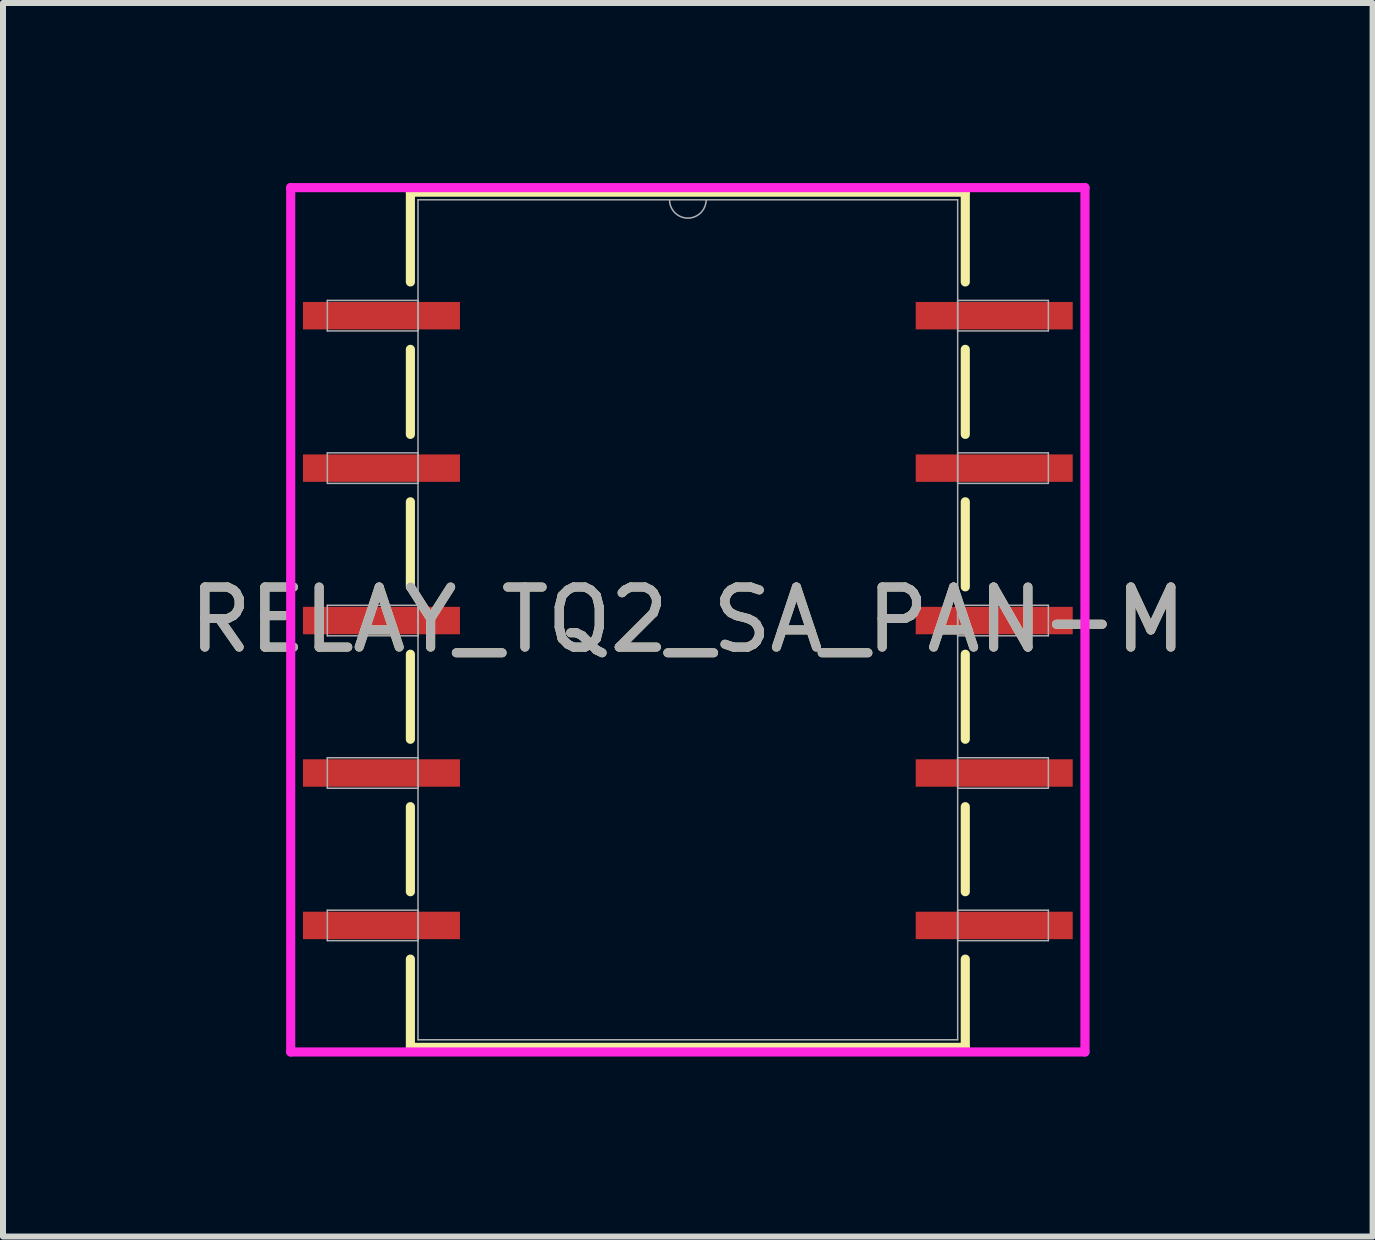
<source format=kicad_pcb>
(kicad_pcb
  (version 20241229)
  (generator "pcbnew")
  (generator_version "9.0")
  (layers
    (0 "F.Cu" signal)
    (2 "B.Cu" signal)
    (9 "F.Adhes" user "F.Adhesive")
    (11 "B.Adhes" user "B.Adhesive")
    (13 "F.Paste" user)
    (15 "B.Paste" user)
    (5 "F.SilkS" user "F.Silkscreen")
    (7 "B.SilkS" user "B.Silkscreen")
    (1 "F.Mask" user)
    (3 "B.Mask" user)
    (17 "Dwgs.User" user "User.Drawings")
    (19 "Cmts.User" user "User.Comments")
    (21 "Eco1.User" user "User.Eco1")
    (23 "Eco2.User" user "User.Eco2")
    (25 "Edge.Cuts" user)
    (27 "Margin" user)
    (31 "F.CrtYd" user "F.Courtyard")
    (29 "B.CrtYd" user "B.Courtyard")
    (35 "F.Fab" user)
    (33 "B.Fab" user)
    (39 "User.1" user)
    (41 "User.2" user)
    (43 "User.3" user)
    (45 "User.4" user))
  (footprint "RELAY_TQ2_SA_PAN-M"
    (layer "F.Cu")
    (at 8.411 7.277)
    (property "Reference" "RELAY_TQ2_SA_PAN-M" (at 0 0 0) (unlocked yes) (layer "F.SilkS") (effects (font (size 1 1) (thickness 0.15))))
    (attr smd)
    (fp_line (start -4.623 -7.125) (end -4.623 -5.629) (stroke (width 0.152) (type solid)) (layer "F.SilkS"))
    (fp_line (start -4.623 -4.506) (end -4.623 -3.089) (stroke (width 0.152) (type solid)) (layer "F.SilkS"))
    (fp_line (start -4.623 -1.966) (end -4.623 -0.549) (stroke (width 0.152) (type solid)) (layer "F.SilkS"))
    (fp_line (start -4.623 0.574) (end -4.623 1.991) (stroke (width 0.152) (type solid)) (layer "F.SilkS"))
    (fp_line (start -4.623 3.114) (end -4.623 4.531) (stroke (width 0.152) (type solid)) (layer "F.SilkS"))
    (fp_line (start -4.623 5.654) (end -4.623 7.125) (stroke (width 0.152) (type solid)) (layer "F.SilkS"))
    (fp_line (start -4.623 7.125) (end 4.623 7.125) (stroke (width 0.152) (type solid)) (layer "F.SilkS"))
    (fp_line (start 4.623 -7.125) (end -4.623 -7.125) (stroke (width 0.152) (type solid)) (layer "F.SilkS"))
    (fp_line (start 4.623 -5.629) (end 4.623 -7.125) (stroke (width 0.152) (type solid)) (layer "F.SilkS"))
    (fp_line (start 4.623 -3.089) (end 4.623 -4.506) (stroke (width 0.152) (type solid)) (layer "F.SilkS"))
    (fp_line (start 4.623 -0.549) (end 4.623 -1.966) (stroke (width 0.152) (type solid)) (layer "F.SilkS"))
    (fp_line (start 4.623 1.991) (end 4.623 0.574) (stroke (width 0.152) (type solid)) (layer "F.SilkS"))
    (fp_line (start 4.623 4.531) (end 4.623 3.114) (stroke (width 0.152) (type solid)) (layer "F.SilkS"))
    (fp_line (start 4.623 7.125) (end 4.623 5.654) (stroke (width 0.152) (type solid)) (layer "F.SilkS"))
    (fp_line (start -6.617 -7.201) (end 6.617 -7.201) (stroke (width 0.152) (type solid)) (layer "F.CrtYd"))
    (fp_line (start -6.617 7.201) (end -6.617 -7.201) (stroke (width 0.152) (type solid)) (layer "F.CrtYd"))
    (fp_line (start 6.617 -7.201) (end 6.617 7.201) (stroke (width 0.152) (type solid)) (layer "F.CrtYd"))
    (fp_line (start 6.617 7.201) (end -6.617 7.201) (stroke (width 0.152) (type solid)) (layer "F.CrtYd"))
    (fp_line (start -6.007 -5.321) (end -6.007 -4.813) (stroke (width 0.025) (type solid)) (layer "F.Fab"))
    (fp_line (start -6.007 -4.813) (end -4.496 -4.813) (stroke (width 0.025) (type solid)) (layer "F.Fab"))
    (fp_line (start -6.007 -2.781) (end -6.007 -2.273) (stroke (width 0.025) (type solid)) (layer "F.Fab"))
    (fp_line (start -6.007 -2.273) (end -4.496 -2.273) (stroke (width 0.025) (type solid)) (layer "F.Fab"))
    (fp_line (start -6.007 -0.241) (end -6.007 0.267) (stroke (width 0.025) (type solid)) (layer "F.Fab"))
    (fp_line (start -6.007 0.267) (end -4.496 0.267) (stroke (width 0.025) (type solid)) (layer "F.Fab"))
    (fp_line (start -6.007 2.299) (end -6.007 2.807) (stroke (width 0.025) (type solid)) (layer "F.Fab"))
    (fp_line (start -6.007 2.807) (end -4.496 2.807) (stroke (width 0.025) (type solid)) (layer "F.Fab"))
    (fp_line (start -6.007 4.839) (end -6.007 5.347) (stroke (width 0.025) (type solid)) (layer "F.Fab"))
    (fp_line (start -6.007 5.347) (end -4.496 5.347) (stroke (width 0.025) (type solid)) (layer "F.Fab"))
    (fp_line (start -4.496 -6.998) (end -4.496 6.998) (stroke (width 0.025) (type solid)) (layer "F.Fab"))
    (fp_line (start -4.496 -5.321) (end -6.007 -5.321) (stroke (width 0.025) (type solid)) (layer "F.Fab"))
    (fp_line (start -4.496 -4.813) (end -4.496 -5.321) (stroke (width 0.025) (type solid)) (layer "F.Fab"))
    (fp_line (start -4.496 -2.781) (end -6.007 -2.781) (stroke (width 0.025) (type solid)) (layer "F.Fab"))
    (fp_line (start -4.496 -2.273) (end -4.496 -2.781) (stroke (width 0.025) (type solid)) (layer "F.Fab"))
    (fp_line (start -4.496 -0.241) (end -6.007 -0.241) (stroke (width 0.025) (type solid)) (layer "F.Fab"))
    (fp_line (start -4.496 0.267) (end -4.496 -0.241) (stroke (width 0.025) (type solid)) (layer "F.Fab"))
    (fp_line (start -4.496 2.299) (end -6.007 2.299) (stroke (width 0.025) (type solid)) (layer "F.Fab"))
    (fp_line (start -4.496 2.807) (end -4.496 2.299) (stroke (width 0.025) (type solid)) (layer "F.Fab"))
    (fp_line (start -4.496 4.839) (end -6.007 4.839) (stroke (width 0.025) (type solid)) (layer "F.Fab"))
    (fp_line (start -4.496 5.347) (end -4.496 4.839) (stroke (width 0.025) (type solid)) (layer "F.Fab"))
    (fp_line (start -4.496 6.998) (end 4.496 6.998) (stroke (width 0.025) (type solid)) (layer "F.Fab"))
    (fp_line (start 4.496 -6.998) (end -4.496 -6.998) (stroke (width 0.025) (type solid)) (layer "F.Fab"))
    (fp_line (start 4.496 -5.321) (end 4.496 -4.813) (stroke (width 0.025) (type solid)) (layer "F.Fab"))
    (fp_line (start 4.496 -4.813) (end 6.007 -4.813) (stroke (width 0.025) (type solid)) (layer "F.Fab"))
    (fp_line (start 4.496 -2.781) (end 4.496 -2.273) (stroke (width 0.025) (type solid)) (layer "F.Fab"))
    (fp_line (start 4.496 -2.273) (end 6.007 -2.273) (stroke (width 0.025) (type solid)) (layer "F.Fab"))
    (fp_line (start 4.496 -0.241) (end 4.496 0.267) (stroke (width 0.025) (type solid)) (layer "F.Fab"))
    (fp_line (start 4.496 0.267) (end 6.007 0.267) (stroke (width 0.025) (type solid)) (layer "F.Fab"))
    (fp_line (start 4.496 2.299) (end 4.496 2.807) (stroke (width 0.025) (type solid)) (layer "F.Fab"))
    (fp_line (start 4.496 2.807) (end 6.007 2.807) (stroke (width 0.025) (type solid)) (layer "F.Fab"))
    (fp_line (start 4.496 4.839) (end 4.496 5.347) (stroke (width 0.025) (type solid)) (layer "F.Fab"))
    (fp_line (start 4.496 5.347) (end 6.007 5.347) (stroke (width 0.025) (type solid)) (layer "F.Fab"))
    (fp_line (start 4.496 6.998) (end 4.496 -6.998) (stroke (width 0.025) (type solid)) (layer "F.Fab"))
    (fp_line (start 6.007 -5.321) (end 4.496 -5.321) (stroke (width 0.025) (type solid)) (layer "F.Fab"))
    (fp_line (start 6.007 -4.813) (end 6.007 -5.321) (stroke (width 0.025) (type solid)) (layer "F.Fab"))
    (fp_line (start 6.007 -2.781) (end 4.496 -2.781) (stroke (width 0.025) (type solid)) (layer "F.Fab"))
    (fp_line (start 6.007 -2.273) (end 6.007 -2.781) (stroke (width 0.025) (type solid)) (layer "F.Fab"))
    (fp_line (start 6.007 -0.241) (end 4.496 -0.241) (stroke (width 0.025) (type solid)) (layer "F.Fab"))
    (fp_line (start 6.007 0.267) (end 6.007 -0.241) (stroke (width 0.025) (type solid)) (layer "F.Fab"))
    (fp_line (start 6.007 2.299) (end 4.496 2.299) (stroke (width 0.025) (type solid)) (layer "F.Fab"))
    (fp_line (start 6.007 2.807) (end 6.007 2.299) (stroke (width 0.025) (type solid)) (layer "F.Fab"))
    (fp_line (start 6.007 4.839) (end 4.496 4.839) (stroke (width 0.025) (type solid)) (layer "F.Fab"))
    (fp_line (start 6.007 5.347) (end 6.007 4.839) (stroke (width 0.025) (type solid)) (layer "F.Fab"))
    (fp_arc (start 0.3048 -6.9977) (mid 0 -6.6929) (end -0.3048 -6.9977) (stroke (width 0.0254) (type solid)) (layer "F.Fab"))
    (fp_text user "${REFERENCE}" (at 0 0 0) (unlocked yes) (layer "F.Fab") (effects (font (size 1 1) (thickness 0.15))))
    (pad "1" smd rect (at -5.105 -5.067) (size 2.616 0.457) (layers "F.Cu" "F.Mask" "F.Paste"))
    (pad "2" smd rect (at -5.105 -2.527) (size 2.616 0.457) (layers "F.Cu" "F.Mask" "F.Paste"))
    (pad "3" smd rect (at -5.105 0.013) (size 2.616 0.457) (layers "F.Cu" "F.Mask" "F.Paste"))
    (pad "4" smd rect (at -5.105 2.553) (size 2.616 0.457) (layers "F.Cu" "F.Mask" "F.Paste"))
    (pad "5" smd rect (at -5.105 5.093) (size 2.616 0.457) (layers "F.Cu" "F.Mask" "F.Paste"))
    (pad "6" smd rect (at 5.105 5.093) (size 2.616 0.457) (layers "F.Cu" "F.Mask" "F.Paste"))
    (pad "7" smd rect (at 5.105 2.553) (size 2.616 0.457) (layers "F.Cu" "F.Mask" "F.Paste"))
    (pad "8" smd rect (at 5.105 0.013) (size 2.616 0.457) (layers "F.Cu" "F.Mask" "F.Paste"))
    (pad "9" smd rect (at 5.105 -2.527) (size 2.616 0.457) (layers "F.Cu" "F.Mask" "F.Paste"))
    (pad "10" smd rect (at 5.105 -5.067) (size 2.616 0.457) (layers "F.Cu" "F.Mask" "F.Paste")))
  (gr_rect
    (start -3 -3)
    (end 19.821 17.554)
    (stroke (width 0.1) (type default))
    (fill no)
    (layer "Edge.Cuts")))
</source>
